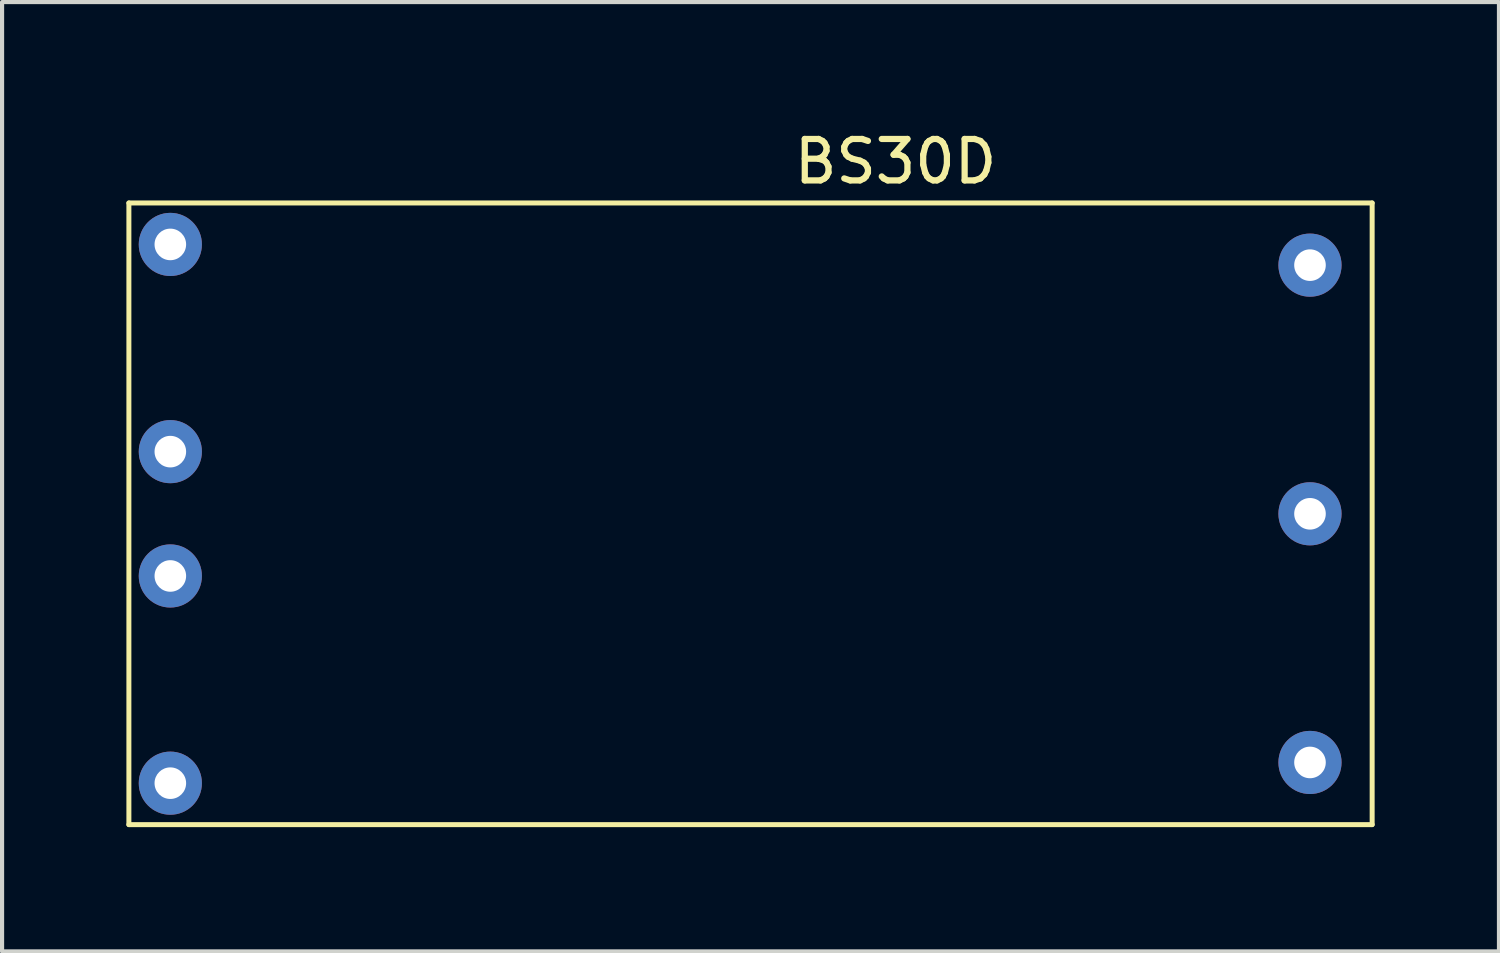
<source format=kicad_pcb>
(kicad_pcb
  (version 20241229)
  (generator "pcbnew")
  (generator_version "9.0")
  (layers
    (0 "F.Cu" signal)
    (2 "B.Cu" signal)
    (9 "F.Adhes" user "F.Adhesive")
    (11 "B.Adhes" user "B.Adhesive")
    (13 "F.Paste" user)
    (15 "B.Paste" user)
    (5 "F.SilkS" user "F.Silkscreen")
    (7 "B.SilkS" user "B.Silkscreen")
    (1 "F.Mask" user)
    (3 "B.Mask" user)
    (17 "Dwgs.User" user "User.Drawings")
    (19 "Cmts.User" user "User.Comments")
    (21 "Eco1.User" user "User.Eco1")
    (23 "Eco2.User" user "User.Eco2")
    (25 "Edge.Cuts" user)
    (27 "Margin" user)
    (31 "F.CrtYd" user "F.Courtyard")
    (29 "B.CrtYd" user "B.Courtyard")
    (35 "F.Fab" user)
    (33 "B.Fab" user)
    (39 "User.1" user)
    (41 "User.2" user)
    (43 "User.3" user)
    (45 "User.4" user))
  (footprint "BS30D"
    (layer "F.Cu")
    (at 15.06 9.348)
    (property "Reference" "BS30D" (at 3.5 -8.5 0) (layer "F.SilkS") (effects (font (size 1 1) (thickness 0.15))))
    (attr through_hole)
    (fp_line (start -15 -7.5) (end -15 7.5) (stroke (width 0.12) (type solid)) (layer "F.SilkS"))
    (fp_line (start -15 7.5) (end 15 7.5) (stroke (width 0.12) (type solid)) (layer "F.SilkS"))
    (fp_line (start 15 -7.5) (end -15 -7.5) (stroke (width 0.12) (type solid)) (layer "F.SilkS"))
    (fp_line (start 15 7.5) (end 15 -7.5) (stroke (width 0.12) (type solid)) (layer "F.SilkS"))
    (pad "1" thru_hole circle (at -14 -1.5) (size 1.524 1.524) (drill 0.762) (layers "*.Cu" "*.Mask"))
    (pad "2" thru_hole circle (at -14 1.5) (size 1.524 1.524) (drill 0.762) (layers "*.Cu" "*.Mask"))
    (pad "3" thru_hole circle (at -14 -6.5) (size 1.524 1.524) (drill 0.762) (layers "*.Cu" "*.Mask"))
    (pad "4" thru_hole circle (at -14 6.5) (size 1.524 1.524) (drill 0.762) (layers "*.Cu" "*.Mask"))
    (pad "5" thru_hole circle (at 13.5 -6) (size 1.524 1.524) (drill 0.762) (layers "*.Cu" "*.Mask"))
    (pad "6" thru_hole circle (at 13.5 0) (size 1.524 1.524) (drill 0.762) (layers "*.Cu" "*.Mask"))
    (pad "7" thru_hole circle (at 13.5 6) (size 1.524 1.524) (drill 0.762) (layers "*.Cu" "*.Mask")))
  (gr_rect
    (start -3 -3)
    (end 33.12 19.908)
    (stroke (width 0.1) (type default))
    (fill no)
    (layer "Edge.Cuts")))
</source>
